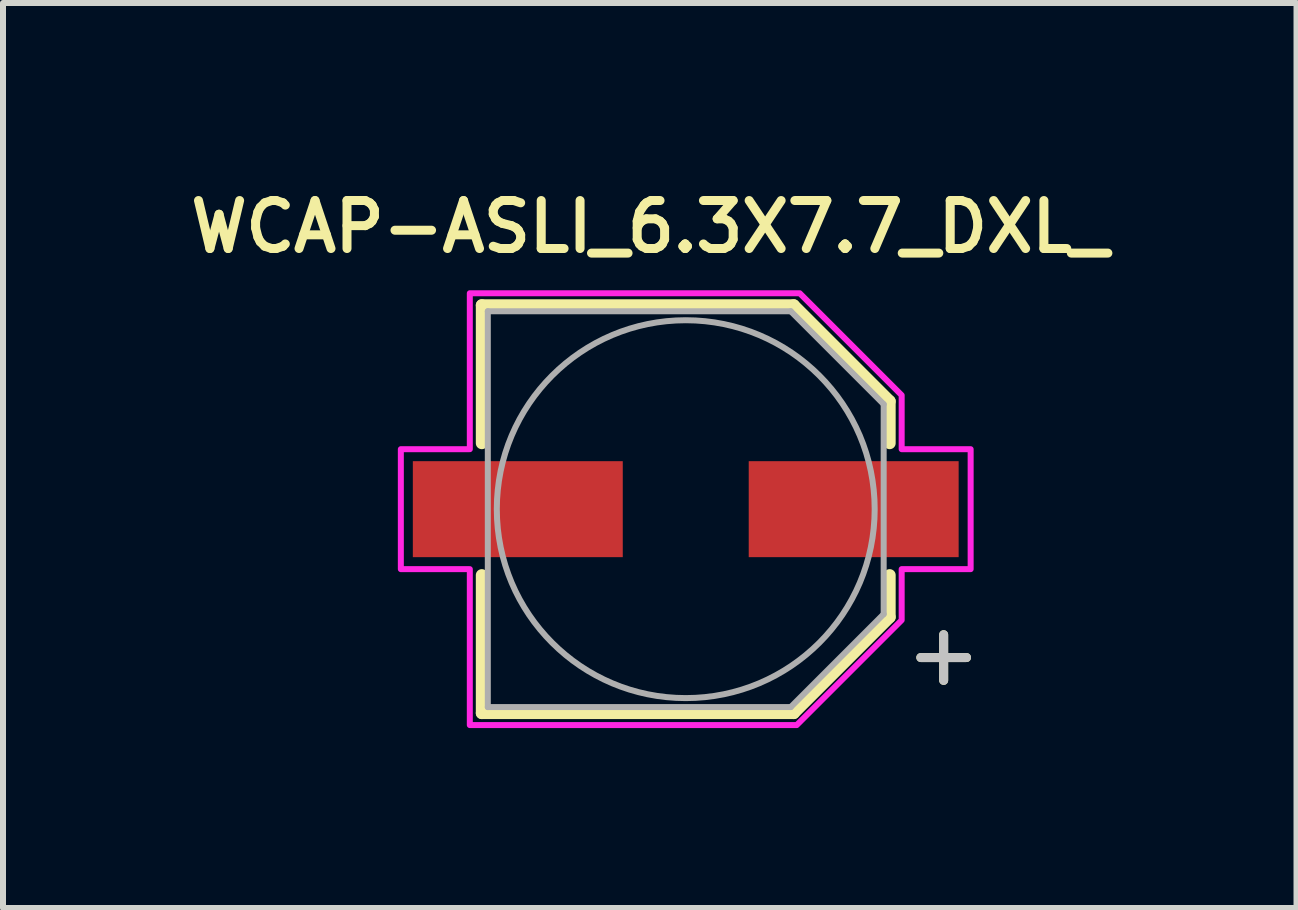
<source format=kicad_pcb>
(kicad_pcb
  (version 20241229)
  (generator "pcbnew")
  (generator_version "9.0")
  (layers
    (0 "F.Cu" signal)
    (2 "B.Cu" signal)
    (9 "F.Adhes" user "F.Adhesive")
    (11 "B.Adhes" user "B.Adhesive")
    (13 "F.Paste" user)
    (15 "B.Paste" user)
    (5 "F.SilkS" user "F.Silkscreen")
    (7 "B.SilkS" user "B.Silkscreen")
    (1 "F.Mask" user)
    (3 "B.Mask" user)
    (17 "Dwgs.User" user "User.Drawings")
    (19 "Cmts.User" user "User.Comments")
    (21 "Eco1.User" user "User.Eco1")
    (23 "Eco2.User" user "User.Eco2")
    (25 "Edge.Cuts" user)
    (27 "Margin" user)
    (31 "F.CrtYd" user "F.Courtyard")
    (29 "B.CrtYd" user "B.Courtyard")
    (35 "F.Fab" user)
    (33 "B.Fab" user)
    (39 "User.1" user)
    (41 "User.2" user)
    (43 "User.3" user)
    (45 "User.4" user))
  (footprint "WCAP-ASLI_6.3X7.7_DXL_"
    (layer "F.Cu")
    (at 8.383 5.439)
    (property "Reference" "WCAP-ASLI_6.3X7.7_DXL_" (at -0.6 -4.708 0) (layer "F.SilkS") (effects (font (size 0.8 0.8) (thickness 0.15))))
    (attr smd)
    (fp_line (start -3.4 -3.4) (end -3.4 -1.1) (stroke (width 0.2) (type solid)) (layer "F.SilkS"))
    (fp_line (start -3.4 -3.4) (end 1.8 -3.4) (stroke (width 0.2) (type solid)) (layer "F.SilkS"))
    (fp_line (start -3.4 3.4) (end -3.4 1.1) (stroke (width 0.2) (type solid)) (layer "F.SilkS"))
    (fp_line (start -3.4 3.4) (end 1.8 3.4) (stroke (width 0.2) (type solid)) (layer "F.SilkS"))
    (fp_line (start 1.8 -3.4) (end 3.4 -1.8) (stroke (width 0.2) (type solid)) (layer "F.SilkS"))
    (fp_line (start 1.8 3.4) (end 3.4 1.8) (stroke (width 0.2) (type solid)) (layer "F.SilkS"))
    (fp_line (start 3.4 -1.8) (end 3.4 -1.1) (stroke (width 0.2) (type solid)) (layer "F.SilkS"))
    (fp_line (start 3.4 1.8) (end 3.4 1.1) (stroke (width 0.2) (type solid)) (layer "F.SilkS"))
    (fp_poly (pts (xy 1.9 -3.6) (xy -3.6 -3.6) (xy -3.6 -1) (xy -4.75 -1) (xy -4.75 1) (xy -3.6 1) (xy -3.6 3.6) (xy 1.85 3.6) (xy 3.6 1.85) (xy 3.6 1) (xy 4.75 1) (xy 4.75 -1) (xy 3.6 -1) (xy 3.6 -1.9)) (stroke (width 0.1) (type solid)) (fill no) (layer "F.CrtYd"))
    (fp_line (start -3.3 -3.3) (end -3.3 3.3) (stroke (width 0.1) (type solid)) (layer "F.Fab"))
    (fp_line (start -3.3 3.3) (end 1.75 3.3) (stroke (width 0.1) (type solid)) (layer "F.Fab"))
    (fp_line (start 1.75 -3.3) (end -3.3 -3.3) (stroke (width 0.1) (type solid)) (layer "F.Fab"))
    (fp_line (start 1.75 3.3) (end 3.3 1.75) (stroke (width 0.1) (type solid)) (layer "F.Fab"))
    (fp_line (start 3.3 -1.75) (end 1.75 -3.3) (stroke (width 0.1) (type solid)) (layer "F.Fab"))
    (fp_line (start 3.3 1.75) (end 3.3 -1.75) (stroke (width 0.1) (type solid)) (layer "F.Fab"))
    (fp_circle (center 0 0) (end 3.15 0) (stroke (width 0.1) (type solid)) (fill no) (layer "F.Fab"))
    (fp_text user "+" (at 4.3 2.4 0) (layer "F.SilkS") (effects (font (size 1 1) (thickness 0.15))))
    (fp_text user "+" (at 4.3 2.4 0) (layer "Dwgs.User") (effects (font (size 1 1) (thickness 0.15))))
    (pad "1" smd rect (at 2.8 0) (size 3.5 1.6) (layers "F.Cu" "F.Mask" "F.Paste"))
    (pad "2" smd rect (at -2.8 0) (size 3.5 1.6) (layers "F.Cu" "F.Mask" "F.Paste")))
  (gr_rect
    (start -3 -3)
    (end 18.566 12.089)
    (stroke (width 0.1) (type default))
    (fill no)
    (layer "Edge.Cuts")))
</source>
